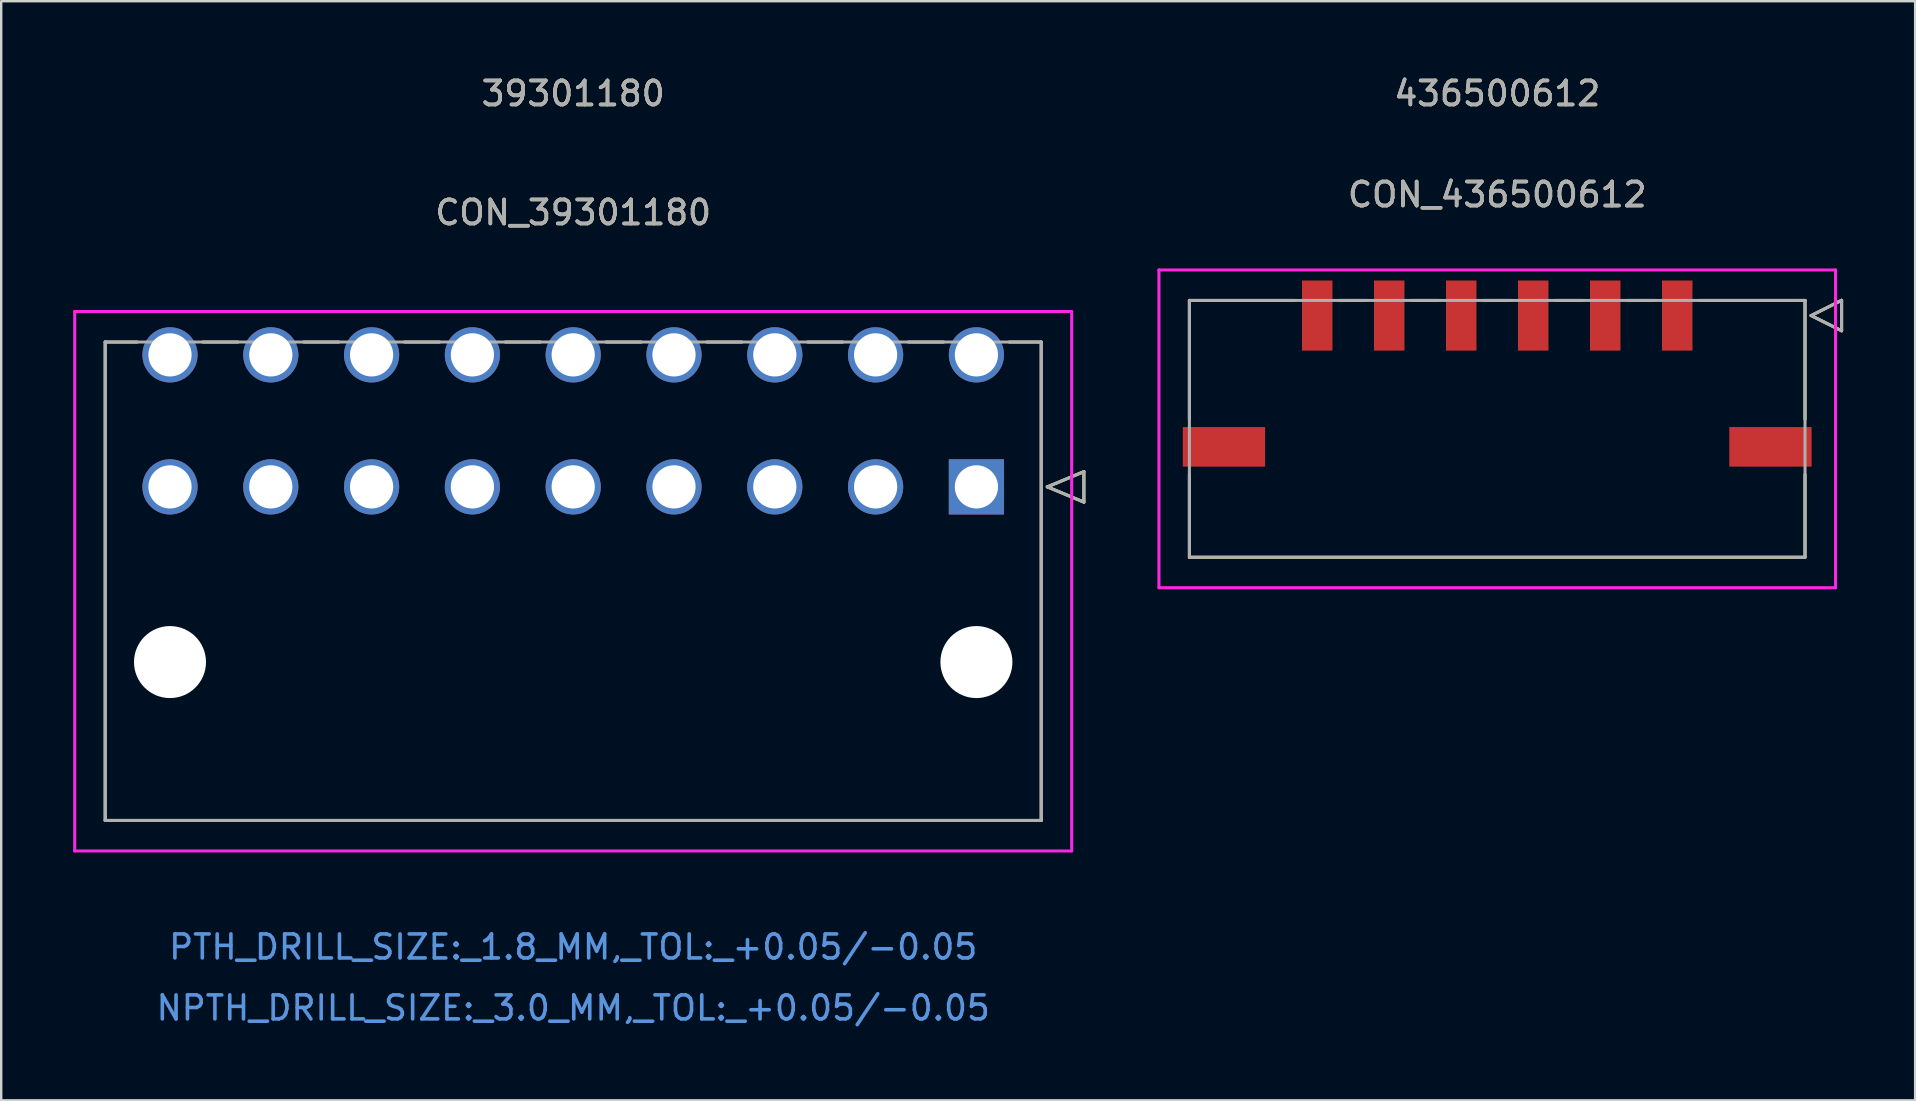
<source format=kicad_pcb>
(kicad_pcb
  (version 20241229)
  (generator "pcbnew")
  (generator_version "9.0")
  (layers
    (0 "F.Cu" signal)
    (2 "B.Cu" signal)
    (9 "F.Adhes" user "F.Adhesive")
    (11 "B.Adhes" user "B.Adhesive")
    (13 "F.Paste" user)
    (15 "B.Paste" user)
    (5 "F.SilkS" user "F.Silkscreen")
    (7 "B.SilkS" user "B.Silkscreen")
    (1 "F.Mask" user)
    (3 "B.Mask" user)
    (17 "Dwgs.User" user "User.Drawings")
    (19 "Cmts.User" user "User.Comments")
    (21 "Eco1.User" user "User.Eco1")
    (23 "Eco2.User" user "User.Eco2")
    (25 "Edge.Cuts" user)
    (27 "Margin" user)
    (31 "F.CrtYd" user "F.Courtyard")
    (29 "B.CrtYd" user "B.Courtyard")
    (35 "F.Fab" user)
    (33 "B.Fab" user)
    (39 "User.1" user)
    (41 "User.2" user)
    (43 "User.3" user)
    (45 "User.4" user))
  (footprint "CON_39301180"
    (layer "F.Cu")
    (at 37.633 17.236)
    (property "Reference" "CON_39301180" (at -16.8 -11.43 0) (unlocked yes) (layer "F.SilkS") (effects (font (size 1 1) (thickness 0.15))))
    (attr through_hole)
    (fp_line (start -36.3 -6.035) (end -36.3 13.9) (stroke (width 0.127) (type solid)) (layer "F.SilkS"))
    (fp_line (start -36.3 13.9) (end 2.7 13.9) (stroke (width 0.127) (type solid)) (layer "F.SilkS"))
    (fp_line (start -34.969 -6.035) (end -36.3 -6.035) (stroke (width 0.127) (type solid)) (layer "F.SilkS"))
    (fp_line (start -30.769 -6.035) (end -32.231 -6.035) (stroke (width 0.127) (type solid)) (layer "F.SilkS"))
    (fp_line (start -26.569 -6.035) (end -28.031 -6.035) (stroke (width 0.127) (type solid)) (layer "F.SilkS"))
    (fp_line (start -22.369 -6.035) (end -23.831 -6.035) (stroke (width 0.127) (type solid)) (layer "F.SilkS"))
    (fp_line (start -18.169 -6.035) (end -19.631 -6.035) (stroke (width 0.127) (type solid)) (layer "F.SilkS"))
    (fp_line (start -13.969 -6.035) (end -15.431 -6.035) (stroke (width 0.127) (type solid)) (layer "F.SilkS"))
    (fp_line (start -9.769 -6.035) (end -11.231 -6.035) (stroke (width 0.127) (type solid)) (layer "F.SilkS"))
    (fp_line (start -5.569 -6.035) (end -7.031 -6.035) (stroke (width 0.127) (type solid)) (layer "F.SilkS"))
    (fp_line (start -1.369 -6.035) (end -2.831 -6.035) (stroke (width 0.127) (type solid)) (layer "F.SilkS"))
    (fp_line (start 2.7 -6.035) (end 1.369 -6.035) (stroke (width 0.127) (type solid)) (layer "F.SilkS"))
    (fp_line (start 2.7 13.9) (end 2.7 -6.035) (stroke (width 0.127) (type solid)) (layer "F.SilkS"))
    (fp_line (start 2.954 0) (end 4.478 -0.635) (stroke (width 0.127) (type solid)) (layer "F.SilkS"))
    (fp_line (start 4.478 -0.635) (end 4.478 0.635) (stroke (width 0.127) (type solid)) (layer "F.SilkS"))
    (fp_line (start 4.478 0.635) (end 2.954 0) (stroke (width 0.127) (type solid)) (layer "F.SilkS"))
    (fp_line (start -37.57 -7.305) (end -37.57 15.17) (stroke (width 0.127) (type solid)) (layer "F.CrtYd"))
    (fp_line (start -37.57 15.17) (end 3.97 15.17) (stroke (width 0.127) (type solid)) (layer "F.CrtYd"))
    (fp_line (start 3.97 -7.305) (end -37.57 -7.305) (stroke (width 0.127) (type solid)) (layer "F.CrtYd"))
    (fp_line (start 3.97 15.17) (end 3.97 -7.305) (stroke (width 0.127) (type solid)) (layer "F.CrtYd"))
    (fp_line (start -36.3 -6.035) (end -36.3 13.9) (stroke (width 0.127) (type solid)) (layer "F.Fab"))
    (fp_line (start -36.3 13.9) (end 2.7 13.9) (stroke (width 0.127) (type solid)) (layer "F.Fab"))
    (fp_line (start 2.7 -6.035) (end -36.3 -6.035) (stroke (width 0.127) (type solid)) (layer "F.Fab"))
    (fp_line (start 2.7 13.9) (end 2.7 -6.035) (stroke (width 0.127) (type solid)) (layer "F.Fab"))
    (fp_line (start 2.954 0) (end 4.478 -0.635) (stroke (width 0.127) (type solid)) (layer "F.Fab"))
    (fp_line (start 4.478 -0.635) (end 4.478 0.635) (stroke (width 0.127) (type solid)) (layer "F.Fab"))
    (fp_line (start 4.478 0.635) (end 2.954 0) (stroke (width 0.127) (type solid)) (layer "F.Fab"))
    (fp_text user "39301180" (at -16.8 -16.388 0) (unlocked yes) (layer "F.SilkS") (effects (font (size 1 1) (thickness 0.15))))
    (fp_text user "NPTH_DRILL_SIZE:_3.0_MM,_TOL:_+0.05/-0.05" (at -16.8 21.712 0) (unlocked yes) (layer "Cmts.User") (effects (font (size 1 1) (thickness 0.15))))
    (fp_text user "PTH_DRILL_SIZE:_1.8_MM,_TOL:_+0.05/-0.05" (at -16.8 19.172 0) (unlocked yes) (layer "Cmts.User") (effects (font (size 1 1) (thickness 0.15))))
    (fp_text user "39301180" (at -16.8 -16.388 0) (unlocked yes) (layer "F.Fab") (effects (font (size 1 1) (thickness 0.15))))
    (fp_text user "${REFERENCE}" (at -16.8 -11.43 0) (unlocked yes) (layer "F.Fab") (effects (font (size 1 1) (thickness 0.15))))
    (pad "" np_thru_hole circle (at -33.6 7.3) (size 3 3) (drill 3) (layers "*.Cu" "*.Mask"))
    (pad "" np_thru_hole circle (at 0 7.3) (size 3 3) (drill 3) (layers "*.Cu" "*.Mask"))
    (pad "1" thru_hole rect (at 0 0) (size 2.3 2.3) (drill 1.8) (layers "*.Cu" "*.Mask"))
    (pad "2" thru_hole circle (at -4.2 0) (size 2.3 2.3) (drill 1.8) (layers "*.Cu" "*.Mask"))
    (pad "3" thru_hole circle (at -8.4 0) (size 2.3 2.3) (drill 1.8) (layers "*.Cu" "*.Mask"))
    (pad "4" thru_hole circle (at -12.6 0) (size 2.3 2.3) (drill 1.8) (layers "*.Cu" "*.Mask"))
    (pad "5" thru_hole circle (at -16.8 0) (size 2.3 2.3) (drill 1.8) (layers "*.Cu" "*.Mask"))
    (pad "6" thru_hole circle (at -21 0) (size 2.3 2.3) (drill 1.8) (layers "*.Cu" "*.Mask"))
    (pad "7" thru_hole circle (at -25.2 0) (size 2.3 2.3) (drill 1.8) (layers "*.Cu" "*.Mask"))
    (pad "8" thru_hole circle (at -29.4 0) (size 2.3 2.3) (drill 1.8) (layers "*.Cu" "*.Mask"))
    (pad "9" thru_hole circle (at -33.6 0) (size 2.3 2.3) (drill 1.8) (layers "*.Cu" "*.Mask"))
    (pad "10" thru_hole circle (at 0 -5.5) (size 2.3 2.3) (drill 1.8) (layers "*.Cu" "*.Mask"))
    (pad "11" thru_hole circle (at -4.2 -5.5) (size 2.3 2.3) (drill 1.8) (layers "*.Cu" "*.Mask"))
    (pad "12" thru_hole circle (at -8.4 -5.5) (size 2.3 2.3) (drill 1.8) (layers "*.Cu" "*.Mask"))
    (pad "13" thru_hole circle (at -12.6 -5.5) (size 2.3 2.3) (drill 1.8) (layers "*.Cu" "*.Mask"))
    (pad "14" thru_hole circle (at -16.8 -5.5) (size 2.3 2.3) (drill 1.8) (layers "*.Cu" "*.Mask"))
    (pad "15" thru_hole circle (at -21 -5.5) (size 2.3 2.3) (drill 1.8) (layers "*.Cu" "*.Mask"))
    (pad "16" thru_hole circle (at -25.2 -5.5) (size 2.3 2.3) (drill 1.8) (layers "*.Cu" "*.Mask"))
    (pad "17" thru_hole circle (at -29.4 -5.5) (size 2.3 2.3) (drill 1.8) (layers "*.Cu" "*.Mask"))
    (pad "18" thru_hole circle (at -33.6 -5.5) (size 2.3 2.3) (drill 1.8) (layers "*.Cu" "*.Mask")))
  (footprint "CON_436500612"
    (layer "F.Cu")
    (at 59.333 15.218)
    (property "Reference" "CON_436500612" (at 0 -10.16 0) (unlocked yes) (layer "F.SilkS") (effects (font (size 1 1) (thickness 0.15))))
    (attr smd)
    (fp_line (start -12.825 -5.75) (end -12.825 -0.795) (stroke (width 0.127) (type solid)) (layer "F.SilkS"))
    (fp_line (start -12.825 1.495) (end -12.825 4.95) (stroke (width 0.127) (type solid)) (layer "F.SilkS"))
    (fp_line (start -12.825 4.95) (end 12.825 4.95) (stroke (width 0.127) (type solid)) (layer "F.SilkS"))
    (fp_line (start -8.455 -5.75) (end -12.825 -5.75) (stroke (width 0.127) (type solid)) (layer "F.SilkS"))
    (fp_line (start -5.455 -5.75) (end -6.545 -5.75) (stroke (width 0.127) (type solid)) (layer "F.SilkS"))
    (fp_line (start -2.455 -5.75) (end -3.545 -5.75) (stroke (width 0.127) (type solid)) (layer "F.SilkS"))
    (fp_line (start 0.545 -5.75) (end -0.545 -5.75) (stroke (width 0.127) (type solid)) (layer "F.SilkS"))
    (fp_line (start 3.545 -5.75) (end 2.455 -5.75) (stroke (width 0.127) (type solid)) (layer "F.SilkS"))
    (fp_line (start 6.545 -5.75) (end 5.455 -5.75) (stroke (width 0.127) (type solid)) (layer "F.SilkS"))
    (fp_line (start 12.825 -5.75) (end 8.455 -5.75) (stroke (width 0.127) (type solid)) (layer "F.SilkS"))
    (fp_line (start 12.825 -0.795) (end 12.825 -5.75) (stroke (width 0.127) (type solid)) (layer "F.SilkS"))
    (fp_line (start 12.825 4.95) (end 12.825 1.495) (stroke (width 0.127) (type solid)) (layer "F.SilkS"))
    (fp_line (start 13.079 -5.12) (end 14.349 -5.755) (stroke (width 0.127) (type solid)) (layer "F.SilkS"))
    (fp_line (start 14.349 -5.755) (end 14.349 -4.485) (stroke (width 0.127) (type solid)) (layer "F.SilkS"))
    (fp_line (start 14.349 -4.485) (end 13.079 -5.12) (stroke (width 0.127) (type solid)) (layer "F.SilkS"))
    (fp_line (start -14.095 -7.02) (end -14.095 6.22) (stroke (width 0.127) (type solid)) (layer "F.CrtYd"))
    (fp_line (start -14.095 6.22) (end 14.095 6.22) (stroke (width 0.127) (type solid)) (layer "F.CrtYd"))
    (fp_line (start 14.095 -7.02) (end -14.095 -7.02) (stroke (width 0.127) (type solid)) (layer "F.CrtYd"))
    (fp_line (start 14.095 6.22) (end 14.095 -7.02) (stroke (width 0.127) (type solid)) (layer "F.CrtYd"))
    (fp_line (start -12.825 -5.75) (end -12.825 4.95) (stroke (width 0.127) (type solid)) (layer "F.Fab"))
    (fp_line (start -12.825 4.95) (end 12.825 4.95) (stroke (width 0.127) (type solid)) (layer "F.Fab"))
    (fp_line (start 12.825 -5.75) (end -12.825 -5.75) (stroke (width 0.127) (type solid)) (layer "F.Fab"))
    (fp_line (start 12.825 4.95) (end 12.825 -5.75) (stroke (width 0.127) (type solid)) (layer "F.Fab"))
    (fp_line (start 13.079 -5.12) (end 14.349 -5.755) (stroke (width 0.127) (type solid)) (layer "F.Fab"))
    (fp_line (start 14.349 -5.755) (end 14.349 -4.485) (stroke (width 0.127) (type solid)) (layer "F.Fab"))
    (fp_line (start 14.349 -4.485) (end 13.079 -5.12) (stroke (width 0.127) (type solid)) (layer "F.Fab"))
    (fp_text user "436500612" (at 0 -14.37 0) (unlocked yes) (layer "F.SilkS") (effects (font (size 1 1) (thickness 0.15))))
    (fp_text user "436500612" (at 0 -14.37 0) (unlocked yes) (layer "F.Fab") (effects (font (size 1 1) (thickness 0.15))))
    (fp_text user "${REFERENCE}" (at 0 -10.16 0) (unlocked yes) (layer "F.Fab") (effects (font (size 1 1) (thickness 0.15))))
    (pad "1" smd rect (at 7.5 -5.12) (size 1.27 2.92) (layers "F.Cu" "F.Mask" "F.Paste"))
    (pad "2" smd rect (at 4.5 -5.12) (size 1.27 2.92) (layers "F.Cu" "F.Mask" "F.Paste"))
    (pad "3" smd rect (at 1.5 -5.12) (size 1.27 2.92) (layers "F.Cu" "F.Mask" "F.Paste"))
    (pad "4" smd rect (at -1.5 -5.12) (size 1.27 2.92) (layers "F.Cu" "F.Mask" "F.Paste"))
    (pad "5" smd rect (at -4.5 -5.12) (size 1.27 2.92) (layers "F.Cu" "F.Mask" "F.Paste"))
    (pad "6" smd rect (at -7.5 -5.12) (size 1.27 2.92) (layers "F.Cu" "F.Mask" "F.Paste"))
    (pad "P1" smd rect (at 11.385 0.35) (size 3.43 1.65) (layers "F.Cu" "F.Mask" "F.Paste"))
    (pad "P2" smd rect (at -11.385 0.35) (size 3.43 1.65) (layers "F.Cu" "F.Mask" "F.Paste")))
  (gr_rect
    (start -3 -3)
    (end 76.746 42.797)
    (stroke (width 0.1) (type default))
    (fill no)
    (layer "Edge.Cuts")))
</source>
